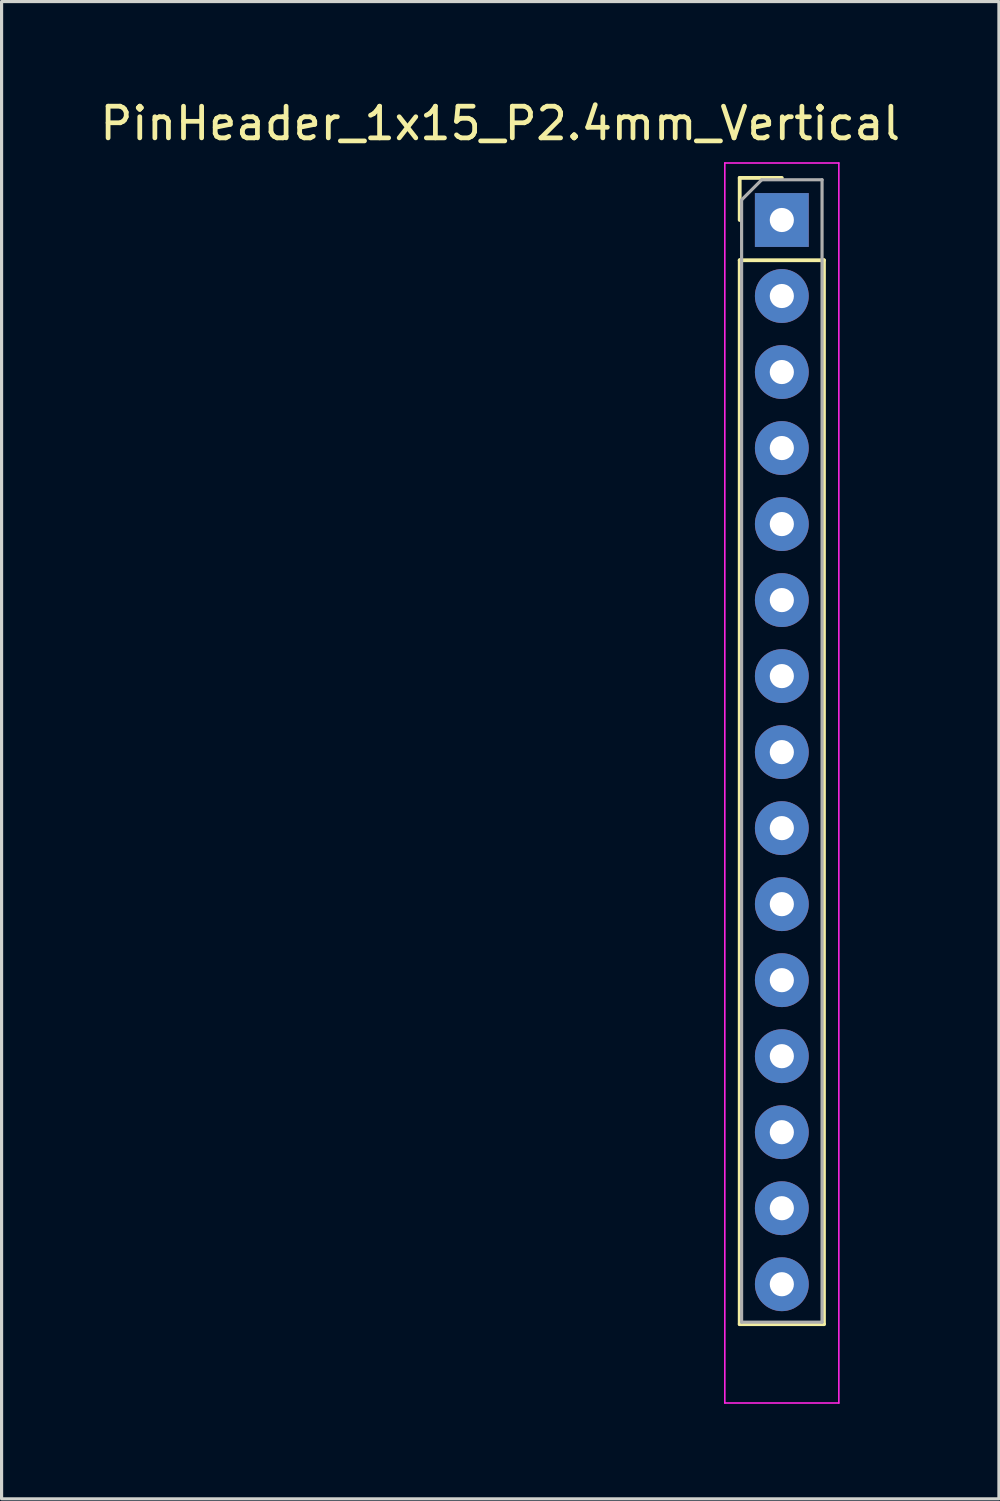
<source format=kicad_pcb>
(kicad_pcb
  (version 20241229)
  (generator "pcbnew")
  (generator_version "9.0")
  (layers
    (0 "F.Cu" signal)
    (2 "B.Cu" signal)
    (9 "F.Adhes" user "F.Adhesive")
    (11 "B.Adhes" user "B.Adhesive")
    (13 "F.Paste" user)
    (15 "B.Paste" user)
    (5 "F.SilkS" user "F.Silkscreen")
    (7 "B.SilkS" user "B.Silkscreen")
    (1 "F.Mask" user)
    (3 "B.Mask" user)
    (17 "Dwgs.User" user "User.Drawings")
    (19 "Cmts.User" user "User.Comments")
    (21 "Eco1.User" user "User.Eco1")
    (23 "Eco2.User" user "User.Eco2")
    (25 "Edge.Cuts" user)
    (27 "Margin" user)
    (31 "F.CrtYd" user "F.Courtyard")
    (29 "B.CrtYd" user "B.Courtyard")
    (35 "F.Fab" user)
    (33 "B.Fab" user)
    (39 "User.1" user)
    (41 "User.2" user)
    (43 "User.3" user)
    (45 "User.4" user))
  (footprint "PinHeader_1x15_P2.4mm_Vertical"
    (layer "F.Cu")
    (at 21.634 3.896)
    (property "Reference" "PinHeader_1x15_P2.4mm_Vertical" (at -8.89 -3.048 0) (layer "F.SilkS") (effects (font (size 1 1) (thickness 0.15))))
    (attr through_hole)
    (fp_line (start -1.33 -1.33) (end 0 -1.33) (stroke (width 0.12) (type solid)) (layer "F.SilkS"))
    (fp_line (start -1.33 0) (end -1.33 -1.33) (stroke (width 0.12) (type solid)) (layer "F.SilkS"))
    (fp_line (start -1.33 1.27) (end -1.33 34.861) (stroke (width 0.12) (type solid)) (layer "F.SilkS"))
    (fp_line (start -1.33 1.27) (end 1.33 1.27) (stroke (width 0.12) (type solid)) (layer "F.SilkS"))
    (fp_line (start -1.33 34.861) (end 1.33 34.861) (stroke (width 0.12) (type solid)) (layer "F.SilkS"))
    (fp_line (start 1.33 1.27) (end 1.33 34.861) (stroke (width 0.12) (type solid)) (layer "F.SilkS"))
    (fp_line (start -1.8 -1.8) (end -1.8 37.35) (stroke (width 0.05) (type solid)) (layer "F.CrtYd"))
    (fp_line (start -1.8 37.35) (end 1.8 37.35) (stroke (width 0.05) (type solid)) (layer "F.CrtYd"))
    (fp_line (start 1.8 -1.8) (end -1.8 -1.8) (stroke (width 0.05) (type solid)) (layer "F.CrtYd"))
    (fp_line (start 1.8 37.35) (end 1.8 -1.8) (stroke (width 0.05) (type solid)) (layer "F.CrtYd"))
    (fp_line (start -1.27 -0.635) (end -0.635 -1.27) (stroke (width 0.1) (type solid)) (layer "F.Fab"))
    (fp_line (start -1.27 34.798) (end -1.27 -0.635) (stroke (width 0.1) (type solid)) (layer "F.Fab"))
    (fp_line (start -0.635 -1.27) (end 1.27 -1.27) (stroke (width 0.1) (type solid)) (layer "F.Fab"))
    (fp_line (start 1.27 -1.27) (end 1.27 34.798) (stroke (width 0.1) (type solid)) (layer "F.Fab"))
    (fp_line (start 1.27 34.798) (end -1.27 34.798) (stroke (width 0.1) (type solid)) (layer "F.Fab"))
    (pad "1" thru_hole rect (at 0 0) (size 1.7 1.7) (drill 0.762) (layers "*.Cu" "*.Mask"))
    (pad "2" thru_hole oval (at 0 2.4) (size 1.7 1.7) (drill 0.762) (layers "*.Cu" "*.Mask"))
    (pad "3" thru_hole oval (at 0 4.8) (size 1.7 1.7) (drill 0.762) (layers "*.Cu" "*.Mask"))
    (pad "4" thru_hole oval (at 0 7.2) (size 1.7 1.7) (drill 0.762) (layers "*.Cu" "*.Mask"))
    (pad "5" thru_hole oval (at 0 9.6) (size 1.7 1.7) (drill 0.762) (layers "*.Cu" "*.Mask"))
    (pad "6" thru_hole oval (at 0 12) (size 1.7 1.7) (drill 0.762) (layers "*.Cu" "*.Mask"))
    (pad "7" thru_hole oval (at 0 14.4) (size 1.7 1.7) (drill 0.762) (layers "*.Cu" "*.Mask"))
    (pad "8" thru_hole oval (at 0 16.8) (size 1.7 1.7) (drill 0.762) (layers "*.Cu" "*.Mask"))
    (pad "9" thru_hole oval (at 0 19.2) (size 1.7 1.7) (drill 0.762) (layers "*.Cu" "*.Mask"))
    (pad "10" thru_hole oval (at 0 21.6) (size 1.7 1.7) (drill 0.762) (layers "*.Cu" "*.Mask"))
    (pad "11" thru_hole oval (at 0 24) (size 1.7 1.7) (drill 0.762) (layers "*.Cu" "*.Mask"))
    (pad "12" thru_hole oval (at 0 26.4) (size 1.7 1.7) (drill 0.762) (layers "*.Cu" "*.Mask"))
    (pad "13" thru_hole oval (at 0 28.8) (size 1.7 1.7) (drill 0.762) (layers "*.Cu" "*.Mask"))
    (pad "14" thru_hole oval (at 0 31.2) (size 1.7 1.7) (drill 0.762) (layers "*.Cu" "*.Mask"))
    (pad "15" thru_hole oval (at 0 33.6) (size 1.7 1.7) (drill 0.762) (layers "*.Cu" "*.Mask")))
  (gr_rect
    (start -3 -3)
    (end 28.488 44.271)
    (stroke (width 0.1) (type default))
    (fill no)
    (layer "Edge.Cuts")))
</source>
